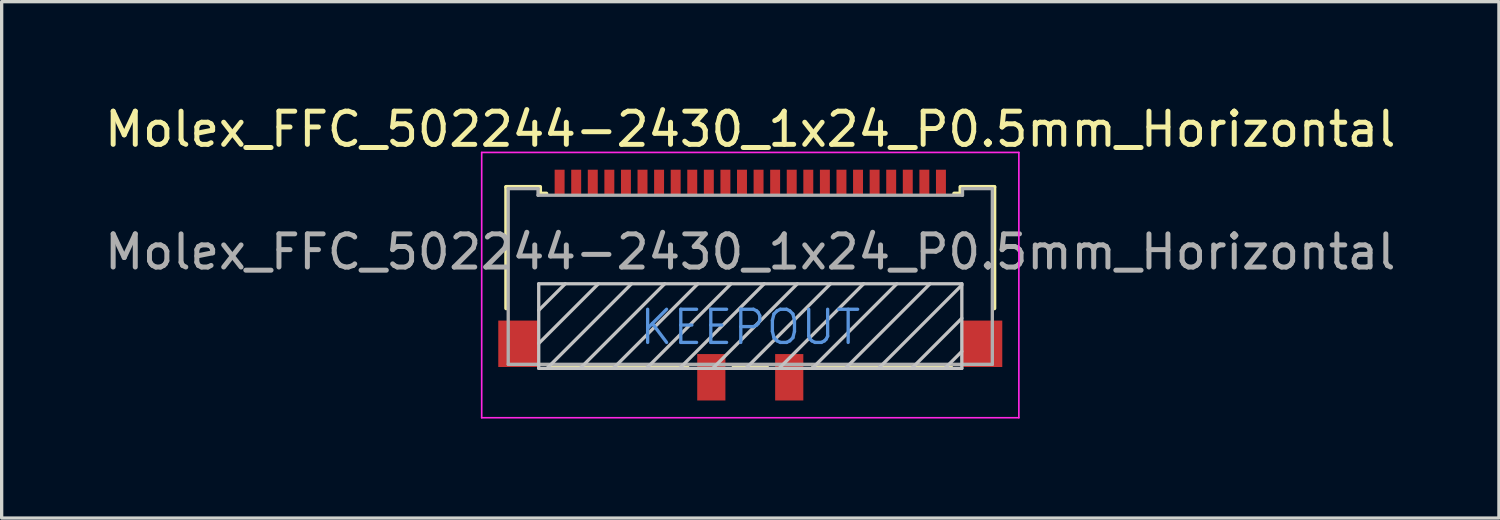
<source format=kicad_pcb>
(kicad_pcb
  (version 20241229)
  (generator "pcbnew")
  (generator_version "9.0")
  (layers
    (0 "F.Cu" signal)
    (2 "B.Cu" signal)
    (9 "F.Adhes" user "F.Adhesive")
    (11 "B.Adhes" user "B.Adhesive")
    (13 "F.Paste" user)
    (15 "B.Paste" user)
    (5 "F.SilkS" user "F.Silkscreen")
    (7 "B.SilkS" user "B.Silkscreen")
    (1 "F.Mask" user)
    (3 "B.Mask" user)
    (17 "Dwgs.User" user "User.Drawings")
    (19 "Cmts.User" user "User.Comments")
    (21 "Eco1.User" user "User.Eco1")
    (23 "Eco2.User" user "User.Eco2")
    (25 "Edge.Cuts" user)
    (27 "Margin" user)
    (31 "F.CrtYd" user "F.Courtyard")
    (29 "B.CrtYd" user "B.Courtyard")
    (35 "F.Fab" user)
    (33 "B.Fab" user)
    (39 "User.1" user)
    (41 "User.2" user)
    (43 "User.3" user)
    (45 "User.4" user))
  (footprint "Molex_FFC_502244-2430_1x24_P0.5mm_Horizontal"
    (layer "F.Cu")
    (at 19.577 5.548)
    (property "Reference" "Molex_FFC_502244-2430_1x24_P0.5mm_Horizontal" (at 0 -4.7 0) (layer "F.SilkS") (effects (font (size 1 1) (thickness 0.15))))
    (attr smd)
    (fp_line (start -7.36 -2.96) (end -6.35 -2.96) (stroke (width 0.12) (type solid)) (layer "F.SilkS"))
    (fp_line (start -7.36 0.7) (end -7.36 -2.96) (stroke (width 0.12) (type solid)) (layer "F.SilkS"))
    (fp_line (start -6.34 -2.76) (end -6.34 -2.96) (stroke (width 0.12) (type solid)) (layer "F.SilkS"))
    (fp_line (start -6.34 -2.76) (end -6.15 -2.76) (stroke (width 0.12) (type solid)) (layer "F.SilkS"))
    (fp_line (start -6.05 2.45) (end -1.9 2.45) (stroke (width 0.12) (type solid)) (layer "F.SilkS"))
    (fp_line (start -0.5 2.45) (end 0.5 2.45) (stroke (width 0.12) (type solid)) (layer "F.SilkS"))
    (fp_line (start 1.9 2.45) (end 6.05 2.45) (stroke (width 0.12) (type solid)) (layer "F.SilkS"))
    (fp_line (start 6.34 -2.96) (end 6.34 -2.76) (stroke (width 0.12) (type solid)) (layer "F.SilkS"))
    (fp_line (start 6.34 -2.76) (end 6.15 -2.76) (stroke (width 0.12) (type solid)) (layer "F.SilkS"))
    (fp_line (start 6.35 -2.96) (end 7.36 -2.96) (stroke (width 0.12) (type solid)) (layer "F.SilkS"))
    (fp_line (start 7.36 -2.96) (end 7.36 0.7) (stroke (width 0.12) (type solid)) (layer "F.SilkS"))
    (fp_line (start -6.38 -0.04) (end 6.38 -0.04) (stroke (width 0.1) (type solid)) (layer "Dwgs.User"))
    (fp_line (start -6.38 0.76) (end -5.58 -0.04) (stroke (width 0.1) (type solid)) (layer "Dwgs.User"))
    (fp_line (start -6.38 1.76) (end -4.58 -0.04) (stroke (width 0.1) (type solid)) (layer "Dwgs.User"))
    (fp_line (start -6.38 2.51) (end -6.38 -0.04) (stroke (width 0.1) (type solid)) (layer "Dwgs.User"))
    (fp_line (start -6.13 2.51) (end -3.58 -0.04) (stroke (width 0.1) (type solid)) (layer "Dwgs.User"))
    (fp_line (start -5.13 2.51) (end -2.58 -0.04) (stroke (width 0.1) (type solid)) (layer "Dwgs.User"))
    (fp_line (start -4.13 2.51) (end -1.58 -0.04) (stroke (width 0.1) (type solid)) (layer "Dwgs.User"))
    (fp_line (start -3.13 2.51) (end -0.58 -0.04) (stroke (width 0.1) (type solid)) (layer "Dwgs.User"))
    (fp_line (start -2.13 2.51) (end 0.42 -0.04) (stroke (width 0.1) (type solid)) (layer "Dwgs.User"))
    (fp_line (start -1.13 2.51) (end 1.42 -0.04) (stroke (width 0.1) (type solid)) (layer "Dwgs.User"))
    (fp_line (start -0.13 2.51) (end 2.42 -0.04) (stroke (width 0.1) (type solid)) (layer "Dwgs.User"))
    (fp_line (start 0.87 2.51) (end 3.42 -0.04) (stroke (width 0.1) (type solid)) (layer "Dwgs.User"))
    (fp_line (start 1.87 2.51) (end 4.42 -0.04) (stroke (width 0.1) (type solid)) (layer "Dwgs.User"))
    (fp_line (start 2.87 2.51) (end 5.42 -0.04) (stroke (width 0.1) (type solid)) (layer "Dwgs.User"))
    (fp_line (start 3.87 2.51) (end 6.38 0) (stroke (width 0.1) (type solid)) (layer "Dwgs.User"))
    (fp_line (start 4.87 2.51) (end 6.38 1) (stroke (width 0.1) (type solid)) (layer "Dwgs.User"))
    (fp_line (start 5.87 2.51) (end 6.38 2) (stroke (width 0.1) (type solid)) (layer "Dwgs.User"))
    (fp_line (start 6.38 -0.04) (end 6.38 2.51) (stroke (width 0.1) (type solid)) (layer "Dwgs.User"))
    (fp_line (start 6.38 2.51) (end -6.38 2.51) (stroke (width 0.1) (type solid)) (layer "Dwgs.User"))
    (fp_line (start -8.1 -4) (end 8.1 -4) (stroke (width 0.05) (type solid)) (layer "F.CrtYd"))
    (fp_line (start -8.1 4) (end -8.1 -4) (stroke (width 0.05) (type solid)) (layer "F.CrtYd"))
    (fp_line (start 8.1 -4) (end 8.1 4) (stroke (width 0.05) (type solid)) (layer "F.CrtYd"))
    (fp_line (start 8.1 4) (end -8.1 4) (stroke (width 0.05) (type solid)) (layer "F.CrtYd"))
    (fp_line (start -7.3 -2.91) (end -7.3 2.39) (stroke (width 0.1) (type solid)) (layer "F.Fab"))
    (fp_line (start -7.3 2.39) (end 7.3 2.39) (stroke (width 0.1) (type solid)) (layer "F.Fab"))
    (fp_line (start -6.4 -2.91) (end -7.3 -2.91) (stroke (width 0.1) (type solid)) (layer "F.Fab"))
    (fp_line (start -6.4 -2.71) (end -6.4 -2.91) (stroke (width 0.1) (type solid)) (layer "F.Fab"))
    (fp_line (start 6.4 -2.91) (end 6.4 -2.71) (stroke (width 0.1) (type solid)) (layer "F.Fab"))
    (fp_line (start 6.4 -2.71) (end -6.4 -2.71) (stroke (width 0.1) (type solid)) (layer "F.Fab"))
    (fp_line (start 7.3 -2.91) (end 6.4 -2.91) (stroke (width 0.1) (type solid)) (layer "F.Fab"))
    (fp_line (start 7.3 -2.91) (end 7.3 2.39) (stroke (width 0.1) (type solid)) (layer "F.Fab"))
    (fp_text user "KEEPOUT" (at 0 1.271 0) (layer "Cmts.User") (effects (font (size 1 1) (thickness 0.1))))
    (fp_text user "${REFERENCE}" (at 0 -1 0) (layer "F.Fab") (effects (font (size 1 1) (thickness 0.15))))
    (pad "" smd rect (at -6.99 1.77) (size 1.22 1.4) (layers "F.Cu" "F.Mask" "F.Paste"))
    (pad "" smd rect (at -1.175 2.78) (size 0.85 1.4) (layers "F.Cu" "F.Mask" "F.Paste"))
    (pad "" smd rect (at 1.175 2.78) (size 0.85 1.4) (layers "F.Cu" "F.Mask" "F.Paste"))
    (pad "" smd rect (at 6.99 1.77) (size 1.22 1.4) (layers "F.Cu" "F.Mask" "F.Paste"))
    (pad "1" smd rect (at -5.75 -3.08) (size 0.3 0.8) (layers "F.Cu" "F.Mask" "F.Paste"))
    (pad "2" smd rect (at -5.25 -3.08) (size 0.3 0.8) (layers "F.Cu" "F.Mask" "F.Paste"))
    (pad "3" smd rect (at -4.75 -3.08) (size 0.3 0.8) (layers "F.Cu" "F.Mask" "F.Paste"))
    (pad "4" smd rect (at -4.25 -3.08) (size 0.3 0.8) (layers "F.Cu" "F.Mask" "F.Paste"))
    (pad "5" smd rect (at -3.75 -3.08) (size 0.3 0.8) (layers "F.Cu" "F.Mask" "F.Paste"))
    (pad "6" smd rect (at -3.25 -3.08) (size 0.3 0.8) (layers "F.Cu" "F.Mask" "F.Paste"))
    (pad "7" smd rect (at -2.75 -3.08) (size 0.3 0.8) (layers "F.Cu" "F.Mask" "F.Paste"))
    (pad "8" smd rect (at -2.25 -3.08) (size 0.3 0.8) (layers "F.Cu" "F.Mask" "F.Paste"))
    (pad "9" smd rect (at -1.75 -3.08) (size 0.3 0.8) (layers "F.Cu" "F.Mask" "F.Paste"))
    (pad "10" smd rect (at -1.25 -3.08) (size 0.3 0.8) (layers "F.Cu" "F.Mask" "F.Paste"))
    (pad "11" smd rect (at -0.75 -3.08) (size 0.3 0.8) (layers "F.Cu" "F.Mask" "F.Paste"))
    (pad "12" smd rect (at -0.25 -3.08) (size 0.3 0.8) (layers "F.Cu" "F.Mask" "F.Paste"))
    (pad "13" smd rect (at 0.25 -3.08) (size 0.3 0.8) (layers "F.Cu" "F.Mask" "F.Paste"))
    (pad "14" smd rect (at 0.75 -3.08) (size 0.3 0.8) (layers "F.Cu" "F.Mask" "F.Paste"))
    (pad "15" smd rect (at 1.25 -3.08) (size 0.3 0.8) (layers "F.Cu" "F.Mask" "F.Paste"))
    (pad "16" smd rect (at 1.75 -3.08) (size 0.3 0.8) (layers "F.Cu" "F.Mask" "F.Paste"))
    (pad "17" smd rect (at 2.25 -3.08) (size 0.3 0.8) (layers "F.Cu" "F.Mask" "F.Paste"))
    (pad "18" smd rect (at 2.75 -3.08) (size 0.3 0.8) (layers "F.Cu" "F.Mask" "F.Paste"))
    (pad "19" smd rect (at 3.25 -3.08) (size 0.3 0.8) (layers "F.Cu" "F.Mask" "F.Paste"))
    (pad "20" smd rect (at 3.75 -3.08) (size 0.3 0.8) (layers "F.Cu" "F.Mask" "F.Paste"))
    (pad "21" smd rect (at 4.25 -3.08) (size 0.3 0.8) (layers "F.Cu" "F.Mask" "F.Paste"))
    (pad "22" smd rect (at 4.75 -3.08) (size 0.3 0.8) (layers "F.Cu" "F.Mask" "F.Paste"))
    (pad "23" smd rect (at 5.25 -3.08) (size 0.3 0.8) (layers "F.Cu" "F.Mask" "F.Paste"))
    (pad "24" smd rect (at 5.75 -3.08) (size 0.3 0.8) (layers "F.Cu" "F.Mask" "F.Paste")))
  (gr_rect
    (start -3 -3)
    (end 42.155 12.573)
    (stroke (width 0.1) (type default))
    (fill no)
    (layer "Edge.Cuts")))
</source>
